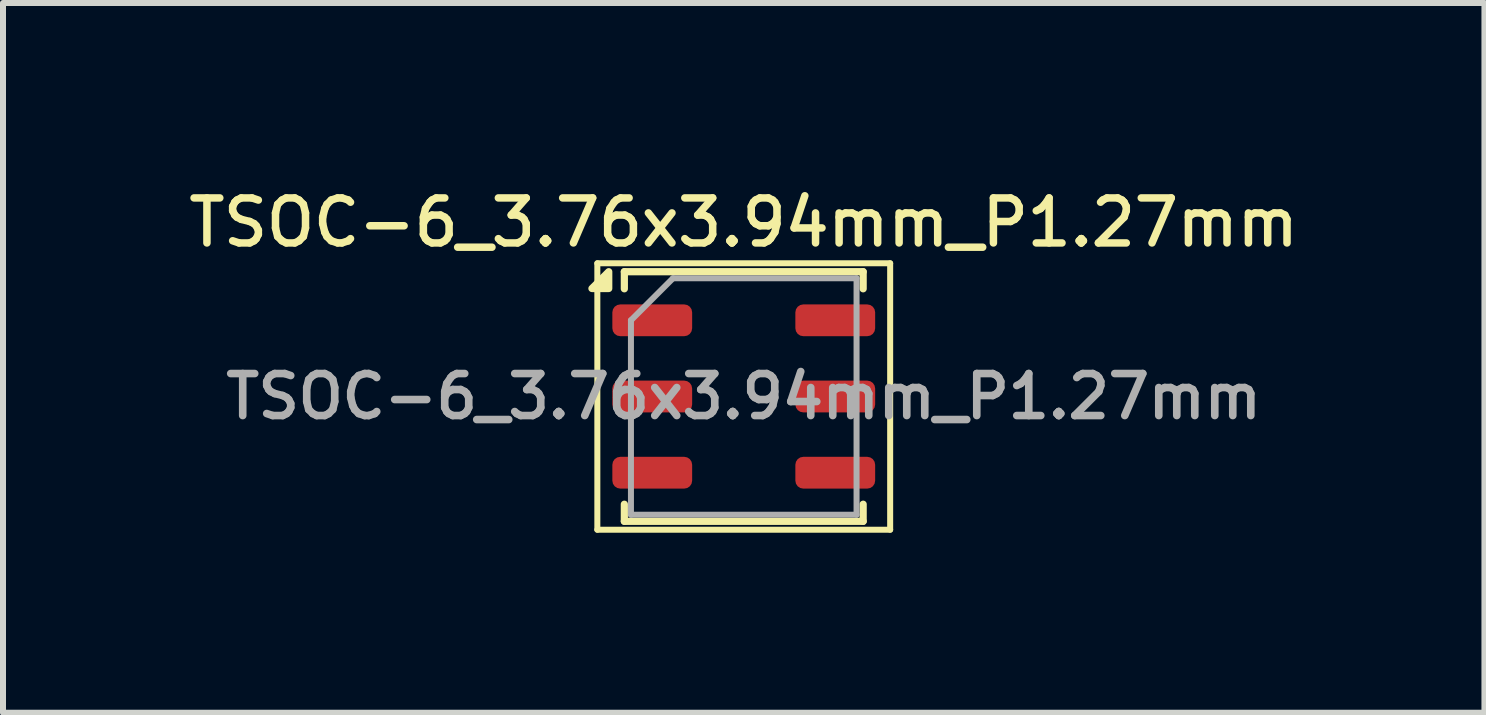
<source format=kicad_pcb>
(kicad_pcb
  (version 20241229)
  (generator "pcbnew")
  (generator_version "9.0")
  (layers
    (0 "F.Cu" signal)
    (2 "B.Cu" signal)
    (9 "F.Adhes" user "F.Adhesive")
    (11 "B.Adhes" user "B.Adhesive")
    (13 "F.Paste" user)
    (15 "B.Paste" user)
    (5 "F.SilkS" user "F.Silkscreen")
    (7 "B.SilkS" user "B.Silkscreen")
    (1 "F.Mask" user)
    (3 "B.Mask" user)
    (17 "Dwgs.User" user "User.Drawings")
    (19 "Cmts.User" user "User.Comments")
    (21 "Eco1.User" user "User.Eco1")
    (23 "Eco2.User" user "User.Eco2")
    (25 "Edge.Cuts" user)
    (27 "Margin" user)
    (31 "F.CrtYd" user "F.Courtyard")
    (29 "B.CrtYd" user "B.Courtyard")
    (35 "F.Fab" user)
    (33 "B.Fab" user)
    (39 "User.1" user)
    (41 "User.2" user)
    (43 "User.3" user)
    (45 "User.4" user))
  (footprint "TSOC-6_3.76x3.94mm_P1.27mm"
    (layer "F.Cu")
    (at 9.345 3.558)
    (property "Reference" "TSOC-6_3.76x3.94mm_P1.27mm" (at 0 -2.9 0) (layer "F.SilkS") (effects (font (size 0.75 0.75) (thickness 0.125))))
    (attr smd)
    (fp_line (start -2.44 -2.22) (end -2.44 2.22) (stroke (width 0.1) (type solid)) (layer "F.SilkS"))
    (fp_line (start -2.44 -2.22) (end 2.44 -2.22) (stroke (width 0.1) (type solid)) (layer "F.SilkS"))
    (fp_line (start -2.44 2.22) (end 2.44 2.22) (stroke (width 0.1) (type solid)) (layer "F.SilkS"))
    (fp_line (start -1.99 -1.795) (end -1.99 -2.08) (stroke (width 0.12) (type solid)) (layer "F.SilkS"))
    (fp_line (start -1.99 1.795) (end -1.99 2.08) (stroke (width 0.12) (type solid)) (layer "F.SilkS"))
    (fp_line (start -1.99 2.08) (end 1.99 2.08) (stroke (width 0.12) (type solid)) (layer "F.SilkS"))
    (fp_line (start 1.99 -2.08) (end -1.99 -2.08) (stroke (width 0.12) (type solid)) (layer "F.SilkS"))
    (fp_line (start 1.99 -2.08) (end 1.99 -1.795) (stroke (width 0.12) (type solid)) (layer "F.SilkS"))
    (fp_line (start 1.99 1.795) (end 1.99 2.08) (stroke (width 0.12) (type solid)) (layer "F.SilkS"))
    (fp_line (start 2.44 -2.22) (end 2.44 2.22) (stroke (width 0.1) (type solid)) (layer "F.SilkS"))
    (fp_poly (pts (xy -2.25 -1.8) (xy -2.53 -1.8) (xy -2.25 -2.08) (xy -2.25 -1.8)) (stroke (width 0.12) (type solid)) (fill yes) (layer "F.SilkS"))
    (fp_line (start -1.88 -1.27) (end -1.88 1.97) (stroke (width 0.1) (type solid)) (layer "F.Fab"))
    (fp_line (start -1.88 -1.27) (end -1.18 -1.97) (stroke (width 0.1) (type solid)) (layer "F.Fab"))
    (fp_line (start -1.88 1.97) (end 1.88 1.97) (stroke (width 0.1) (type solid)) (layer "F.Fab"))
    (fp_line (start -1.18 -1.97) (end 1.88 -1.97) (stroke (width 0.1) (type solid)) (layer "F.Fab"))
    (fp_line (start 1.88 -1.97) (end 1.88 1.97) (stroke (width 0.1) (type solid)) (layer "F.Fab"))
    (fp_text user "${REFERENCE}" (at 0 0 0) (layer "F.Fab") (effects (font (size 0.7 0.7) (thickness 0.127))))
    (pad "1" smd roundrect (at -1.525 -1.27) (size 1.33 0.53) (layers "F.Cu" "F.Mask" "F.Paste") (roundrect_rratio 0.25))
    (pad "2" smd roundrect (at -1.525 0) (size 1.33 0.53) (layers "F.Cu" "F.Mask" "F.Paste") (roundrect_rratio 0.25))
    (pad "3" smd roundrect (at -1.525 1.27) (size 1.33 0.53) (layers "F.Cu" "F.Mask" "F.Paste") (roundrect_rratio 0.25))
    (pad "4" smd roundrect (at 1.525 1.27) (size 1.33 0.53) (layers "F.Cu" "F.Mask" "F.Paste") (roundrect_rratio 0.25))
    (pad "5" smd roundrect (at 1.525 0) (size 1.33 0.53) (layers "F.Cu" "F.Mask" "F.Paste") (roundrect_rratio 0.25))
    (pad "6" smd roundrect (at 1.525 -1.27) (size 1.33 0.53) (layers "F.Cu" "F.Mask" "F.Paste") (roundrect_rratio 0.25)))
  (gr_rect
    (start -3 -3)
    (end 21.689 8.828)
    (stroke (width 0.1) (type default))
    (fill no)
    (layer "Edge.Cuts")))
</source>
